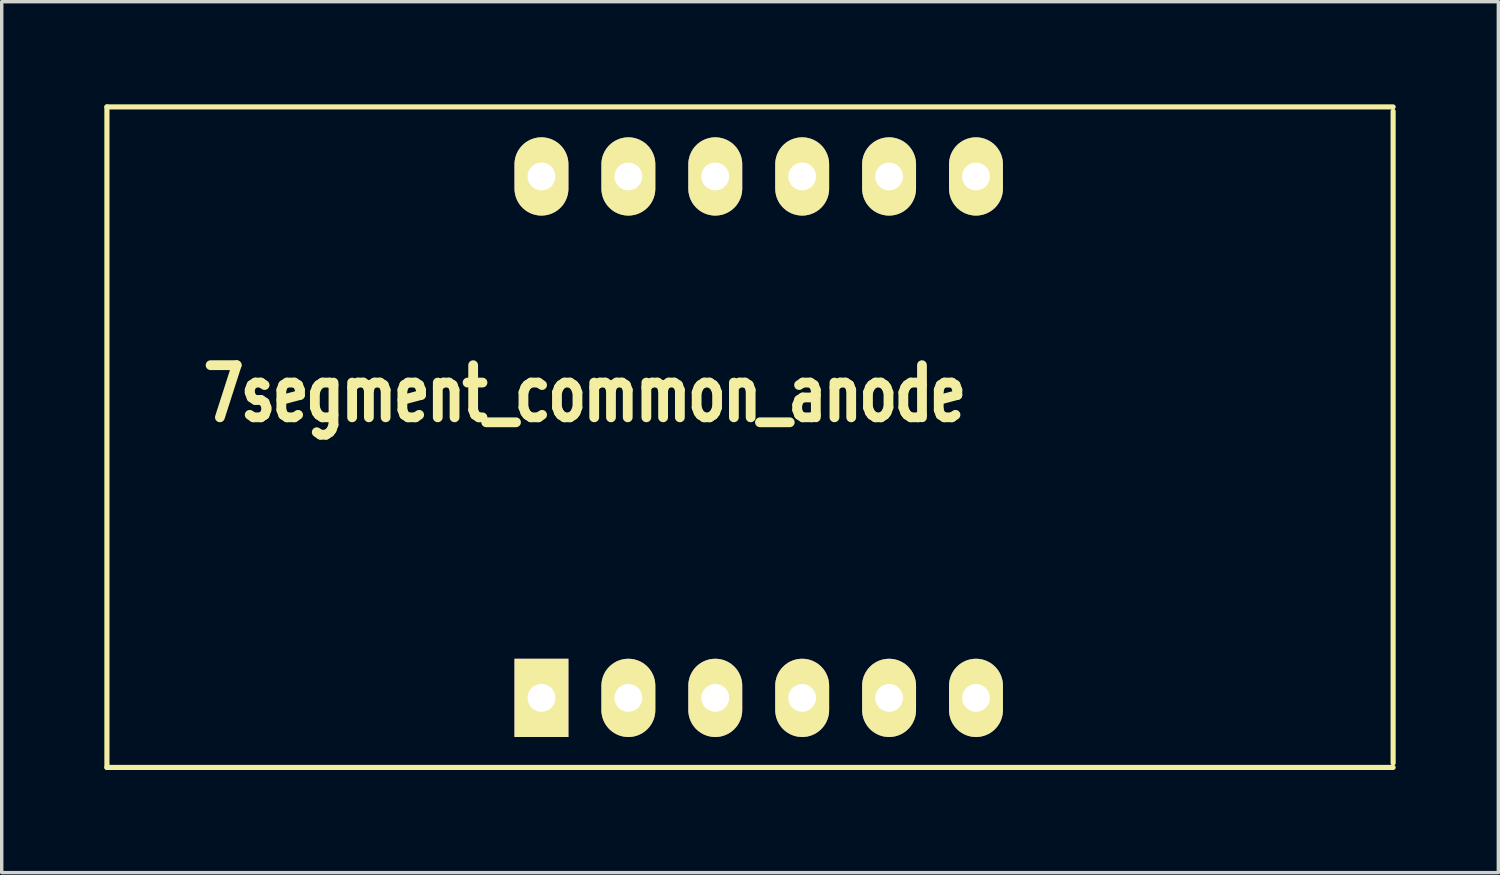
<source format=kicad_pcb>
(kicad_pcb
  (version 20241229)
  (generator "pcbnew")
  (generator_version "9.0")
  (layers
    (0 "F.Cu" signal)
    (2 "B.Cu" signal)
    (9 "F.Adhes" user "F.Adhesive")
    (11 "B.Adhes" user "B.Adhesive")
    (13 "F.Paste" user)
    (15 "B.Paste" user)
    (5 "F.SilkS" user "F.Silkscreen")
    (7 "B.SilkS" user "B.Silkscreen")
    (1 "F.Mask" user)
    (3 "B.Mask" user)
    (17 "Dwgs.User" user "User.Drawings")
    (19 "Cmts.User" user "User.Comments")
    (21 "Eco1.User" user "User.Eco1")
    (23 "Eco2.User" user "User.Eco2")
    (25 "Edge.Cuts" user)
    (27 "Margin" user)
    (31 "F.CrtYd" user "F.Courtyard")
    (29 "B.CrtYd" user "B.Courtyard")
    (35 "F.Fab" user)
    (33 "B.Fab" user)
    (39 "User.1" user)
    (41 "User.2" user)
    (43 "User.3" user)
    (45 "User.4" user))
  (footprint "7segment_common_anode"
    (layer "F.Cu")
    (at 19.125 9.727)
    (property "Reference" "7segment_common_anode" (at -5.08 -1.27 0) (layer "F.SilkS") (effects (font (size 1.524 1.143) (thickness 0.305))))
    (attr through_hole)
    (fp_line (start -19.05 -9.652) (end 18.542 -9.652) (stroke (width 0.15) (type solid)) (layer "F.SilkS"))
    (fp_line (start -19.05 9.652) (end -19.05 -9.652) (stroke (width 0.15) (type solid)) (layer "F.SilkS"))
    (fp_line (start -19.05 9.652) (end 18.542 9.652) (stroke (width 0.15) (type solid)) (layer "F.SilkS"))
    (fp_line (start 18.542 9.525) (end 18.542 -9.525) (stroke (width 0.15) (type solid)) (layer "F.SilkS"))
    (pad "1" thru_hole rect (at -6.35 7.62) (size 1.575 2.286) (drill 0.813) (layers "*.Cu" "*.Mask" "F.SilkS"))
    (pad "2" thru_hole oval (at -3.81 7.62) (size 1.575 2.286) (drill 0.813) (layers "*.Cu" "*.Mask" "F.SilkS"))
    (pad "3" thru_hole oval (at -1.27 7.62) (size 1.575 2.286) (drill 0.813) (layers "*.Cu" "*.Mask" "F.SilkS"))
    (pad "4" thru_hole oval (at 1.27 7.62) (size 1.575 2.286) (drill 0.813) (layers "*.Cu" "*.Mask" "F.SilkS"))
    (pad "5" thru_hole oval (at 3.81 7.62) (size 1.575 2.286) (drill 0.813) (layers "*.Cu" "*.Mask" "F.SilkS"))
    (pad "6" thru_hole oval (at 6.35 7.62) (size 1.575 2.286) (drill 0.813) (layers "*.Cu" "*.Mask" "F.SilkS"))
    (pad "7" thru_hole oval (at 6.35 -7.62) (size 1.575 2.286) (drill 0.813) (layers "*.Cu" "*.Mask" "F.SilkS"))
    (pad "8" thru_hole oval (at 3.81 -7.62) (size 1.575 2.286) (drill 0.813) (layers "*.Cu" "*.Mask" "F.SilkS"))
    (pad "9" thru_hole oval (at 1.27 -7.62) (size 1.575 2.286) (drill 0.813) (layers "*.Cu" "*.Mask" "F.SilkS"))
    (pad "10" thru_hole oval (at -1.27 -7.62) (size 1.575 2.286) (drill 0.813) (layers "*.Cu" "*.Mask" "F.SilkS"))
    (pad "11" thru_hole oval (at -3.81 -7.62) (size 1.575 2.286) (drill 0.813) (layers "*.Cu" "*.Mask" "F.SilkS"))
    (pad "12" thru_hole oval (at -6.35 -7.62) (size 1.575 2.286) (drill 0.813) (layers "*.Cu" "*.Mask" "F.SilkS")))
  (gr_rect
    (start -3 -3)
    (end 40.742 22.454)
    (stroke (width 0.1) (type default))
    (fill no)
    (layer "Edge.Cuts")))
</source>
